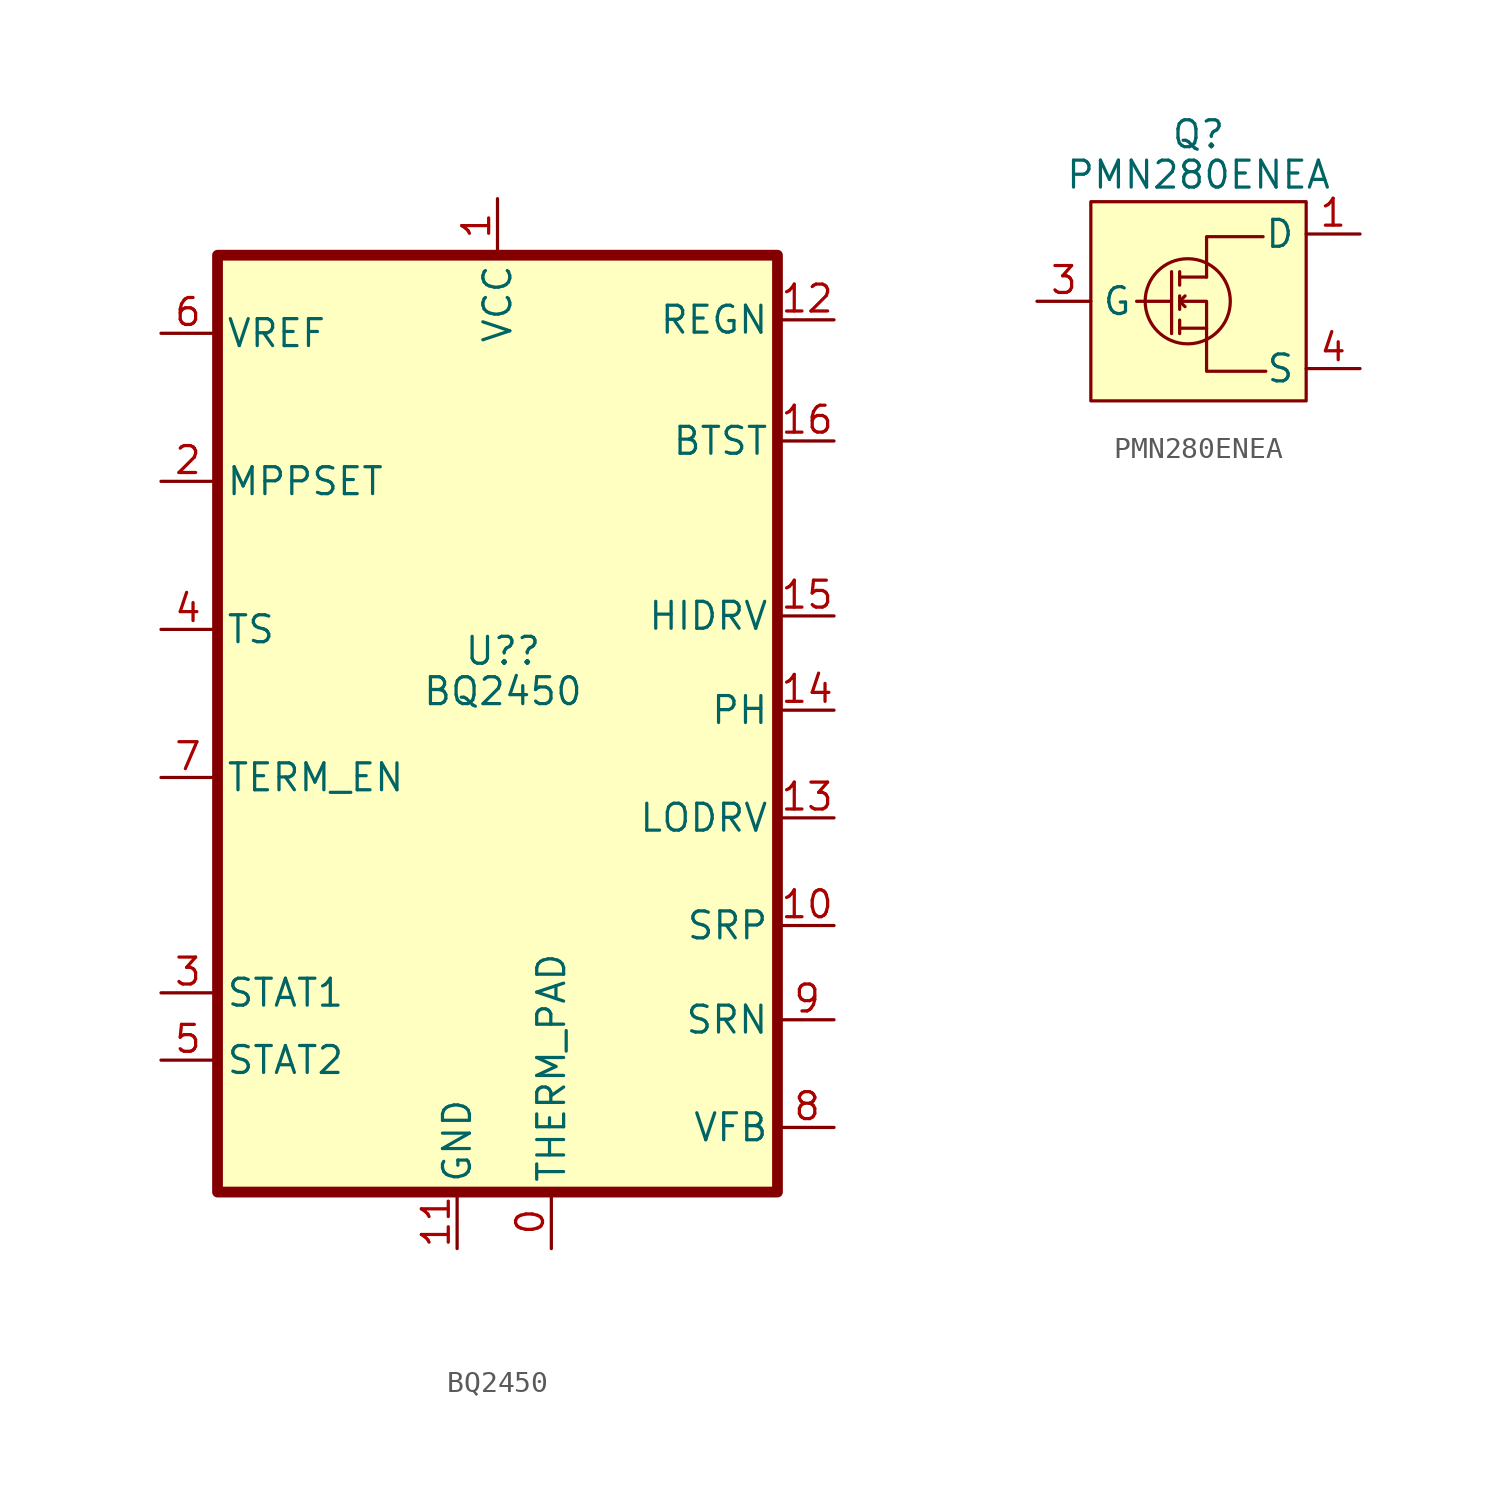
<source format=kicad_sym>
(kicad_symbol_lib
  (version 20220914)
  (generator kicad_symbol_editor)
  (symbol "BQ2450"
    (property "Reference" "U?"
      (at 0.254 3.429 0)
      (effects (font (size 1.27 1.27))))
    (property "Value" "BQ2450"
      (at 0.254 1.524 0)
      (effects (font (size 1.27 1.27))))
    (symbol "BQ2450_1_1"
      (rectangle (start -13.208 22.098) (end 13.208 -22.098) (stroke (width 0.508) (type default)) (fill (type color) (color 255 255 194 1)))
      (pin power_in line (at 2.54 -24.765 90) (length 2.54) (name "THERM_PAD" (effects (font (size 1.27 1.27)))) (number "0" (effects (font (size 1.27 1.27)))))
      (pin power_in line (at 0 24.765 270) (length 2.54) (name "VCC" (effects (font (size 1.27 1.27)))) (number "1" (effects (font (size 1.27 1.27)))))
      (pin input line (at 15.875 -9.525 180) (length 2.54) (name "SRP" (effects (font (size 1.27 1.27)))) (number "10" (effects (font (size 1.27 1.27)))))
      (pin power_in line (at -1.905 -24.765 90) (length 2.54) (name "GND" (effects (font (size 1.27 1.27)))) (number "11" (effects (font (size 1.27 1.27)))))
      (pin power_in line (at 15.875 19.05 180) (length 2.54) (name "REGN" (effects (font (size 1.27 1.27)))) (number "12" (effects (font (size 1.27 1.27)))))
      (pin output line (at 15.875 -4.445 180) (length 2.54) (name "LODRV" (effects (font (size 1.27 1.27)))) (number "13" (effects (font (size 1.27 1.27)))))
      (pin power_out line (at 15.875 0.635 180) (length 2.54) (name "PH" (effects (font (size 1.27 1.27)))) (number "14" (effects (font (size 1.27 1.27)))))
      (pin output line (at 15.875 5.08 180) (length 2.54) (name "HIDRV" (effects (font (size 1.27 1.27)))) (number "15" (effects (font (size 1.27 1.27)))))
      (pin power_in line (at 15.875 13.335 180) (length 2.54) (name "BTST" (effects (font (size 1.27 1.27)))) (number "16" (effects (font (size 1.27 1.27)))))
      (pin input line (at -15.875 11.43 0) (length 2.54) (name "MPPSET" (effects (font (size 1.27 1.27)))) (number "2" (effects (font (size 1.27 1.27)))))
      (pin output line (at -15.875 -12.7 0) (length 2.54) (name "STAT1" (effects (font (size 1.27 1.27)))) (number "3" (effects (font (size 1.27 1.27)))))
      (pin input line (at -15.875 4.445 0) (length 2.54) (name "TS" (effects (font (size 1.27 1.27)))) (number "4" (effects (font (size 1.27 1.27)))))
      (pin output line (at -15.875 -15.875 0) (length 2.54) (name "STAT2" (effects (font (size 1.27 1.27)))) (number "5" (effects (font (size 1.27 1.27)))))
      (pin power_in line (at -15.875 18.415 0) (length 2.54) (name "VREF" (effects (font (size 1.27 1.27)))) (number "6" (effects (font (size 1.27 1.27)))))
      (pin input line (at -15.875 -2.54 0) (length 2.54) (name "TERM_EN" (effects (font (size 1.27 1.27)))) (number "7" (effects (font (size 1.27 1.27)))))
      (pin input line (at 15.875 -19.05 180) (length 2.54) (name "VFB" (effects (font (size 1.27 1.27)))) (number "8" (effects (font (size 1.27 1.27)))))
      (pin input line (at 15.875 -13.97 180) (length 2.54) (name "SRN" (effects (font (size 1.27 1.27)))) (number "9" (effects (font (size 1.27 1.27)))))))
  (symbol "PMN280ENEA"
    (property "Reference" "Q"
      (at 0 7.874 0)
      (effects (font (size 1.27 1.27))))
    (property "Value" "PMN280ENEA"
      (at 0 5.969 0)
      (effects (font (size 1.27 1.27))))
    (symbol "PMN280ENEA_0_1"
      (polyline (pts (xy -0.889 -1.27) (xy 0.381 -1.27)) (stroke (width 0) (type default)) (fill (type none)))
      (polyline (pts (xy -0.889 -0.889) (xy -0.889 -1.524)) (stroke (width 0) (type default)) (fill (type none)))
      (polyline (pts (xy -0.889 0) (xy -0.635 -0.254)) (stroke (width 0) (type default)) (fill (type none)))
      (polyline (pts (xy -0.889 0) (xy -0.635 0.254)) (stroke (width 0) (type default)) (fill (type none)))
      (polyline (pts (xy -0.889 0.254) (xy -0.889 -0.381)) (stroke (width 0) (type default)) (fill (type none)))
      (polyline (pts (xy -0.889 1.143) (xy 0.381 1.143)) (stroke (width 0) (type default)) (fill (type none)))
      (polyline (pts (xy -0.889 1.397) (xy -0.889 0.762)) (stroke (width 0) (type default)) (fill (type none)))
      (polyline (pts (xy 0.381 1.143) (xy 0.381 3.048) (xy 3.048 3.048)) (stroke (width 0) (type default)) (fill (type none)))
      (polyline (pts (xy -2.921 0) (xy -1.27 0) (xy -1.27 1.397) (xy -1.27 -1.524)) (stroke (width 0) (type default)) (fill (type none)))
      (polyline (pts (xy -0.889 0) (xy 0.381 0) (xy 0.381 -3.302) (xy 3.175 -3.302)) (stroke (width 0) (type default)) (fill (type none))))
    (symbol "PMN280ENEA_1_1"
      (rectangle (start -5.08 4.699) (end 5.08 -4.699) (stroke (width 0) (type default)) (fill (type color) (color 255 255 194 1)))
      (circle (center -0.508 0) (radius 2.008) (stroke (width 0) (type default)) (fill (type none)))
      (pin input line (at 7.62 3.175 180) (length 2.54) (name "D" (effects (font (size 1.27 1.27)))) (number "1" (effects (font (size 1.27 1.27)))))
      (pin input line (at 7.62 3.175 180) (length 2.54) hide (name "D" (effects (font (size 1.27 1.27)))) (number "2" (effects (font (size 1.27 1.27)))))
      (pin input line (at -7.62 0 0) (length 2.54) (name "G" (effects (font (size 1.27 1.27)))) (number "3" (effects (font (size 1.27 1.27)))))
      (pin input line (at 7.62 -3.175 180) (length 2.54) (name "S" (effects (font (size 1.27 1.27)))) (number "4" (effects (font (size 1.27 1.27)))))
      (pin input line (at 7.62 3.175 180) (length 2.54) hide (name "D" (effects (font (size 1.27 1.27)))) (number "5" (effects (font (size 1.27 1.27)))))
      (pin input line (at 7.62 3.175 180) (length 2.54) hide (name "D" (effects (font (size 1.27 1.27)))) (number "6" (effects (font (size 1.27 1.27)))))
      (pin input line (at 7.62 3.175 180) (length 2.54) hide (name "D" (effects (font (size 1.27 1.27)))) (number "7" (effects (font (size 1.27 1.27)))))
      (pin input line (at 7.62 -3.175 180) (length 2.54) hide (name "S" (effects (font (size 1.27 1.27)))) (number "8" (effects (font (size 1.27 1.27))))))))
</source>
